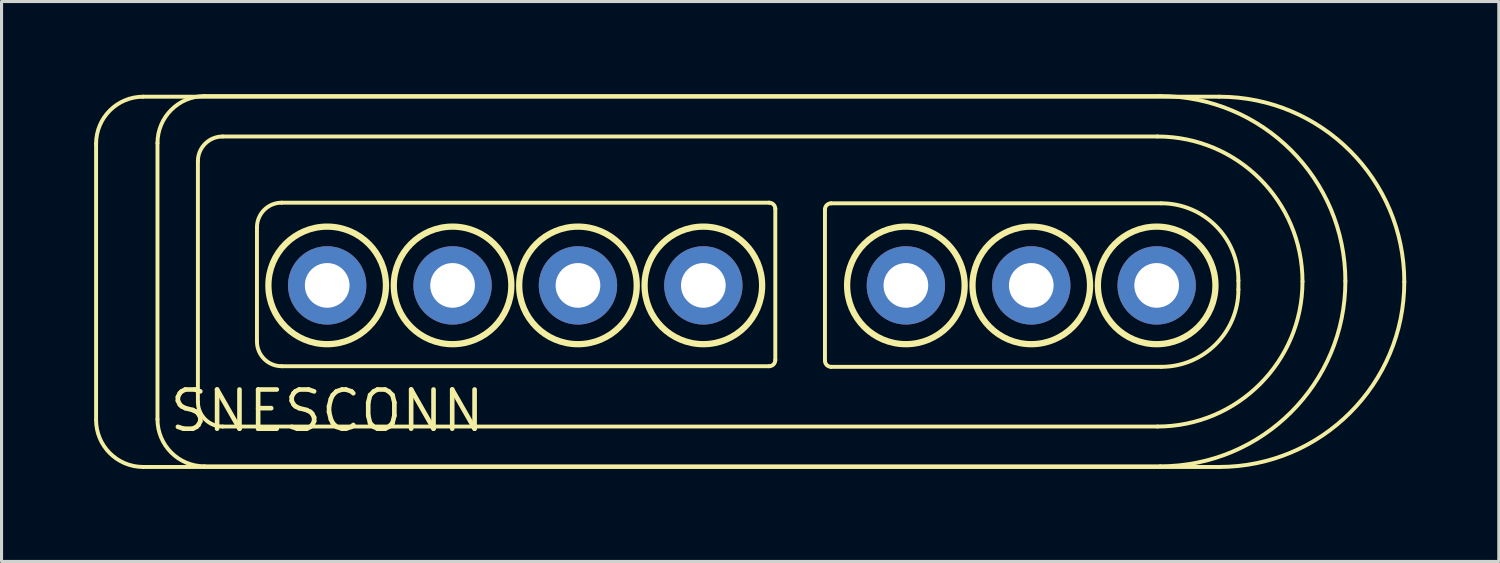
<source format=kicad_pcb>
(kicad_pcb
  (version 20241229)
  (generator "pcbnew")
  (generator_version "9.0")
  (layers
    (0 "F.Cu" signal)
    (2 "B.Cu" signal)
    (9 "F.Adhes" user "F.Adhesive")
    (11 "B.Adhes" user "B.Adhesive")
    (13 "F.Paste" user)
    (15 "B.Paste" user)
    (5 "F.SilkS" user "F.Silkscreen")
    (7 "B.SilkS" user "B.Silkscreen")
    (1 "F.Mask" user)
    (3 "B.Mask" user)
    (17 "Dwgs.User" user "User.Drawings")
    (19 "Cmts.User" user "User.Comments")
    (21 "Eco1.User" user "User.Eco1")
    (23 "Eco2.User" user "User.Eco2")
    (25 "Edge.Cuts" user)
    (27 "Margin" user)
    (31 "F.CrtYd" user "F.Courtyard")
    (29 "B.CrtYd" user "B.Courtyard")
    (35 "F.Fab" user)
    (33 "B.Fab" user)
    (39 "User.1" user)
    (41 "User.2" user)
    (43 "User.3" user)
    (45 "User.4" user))
  (footprint "SNESCONN"
    (layer "F.Cu")
    (at 7.554 10.264)
    (property "Reference" "SNESCONN" (at 0 0 0) (unlocked yes) (layer "F.SilkS") (effects (font (size 1.27 1.27) (thickness 0.15))))
    (fp_line (start -7.49 0.296) (end -7.49 -8.656) (stroke (width 0.127) (type solid)) (layer "F.SilkS"))
    (fp_line (start -5.966 -10.18) (end 28.91 -10.18) (stroke (width 0.127) (type solid)) (layer "F.SilkS"))
    (fp_line (start -5.5 -8.676) (end -5.5 0.276) (stroke (width 0.127) (type solid)) (layer "F.SilkS"))
    (fp_line (start -4.19 -8.09) (end -4.19 -0.29) (stroke (width 0.127) (type solid)) (layer "F.SilkS"))
    (fp_line (start -3.976 -10.2) (end 27 -10.2) (stroke (width 0.127) (type solid)) (layer "F.SilkS"))
    (fp_line (start -3.976 1.8) (end 27 1.8) (stroke (width 0.127) (type solid)) (layer "F.SilkS"))
    (fp_line (start -3.39 -8.89) (end 26.91 -8.89) (stroke (width 0.127) (type solid)) (layer "F.SilkS"))
    (fp_line (start -3.39 0.51) (end 26.91 0.51) (stroke (width 0.127) (type solid)) (layer "F.SilkS"))
    (fp_line (start -2.276 -2.245) (end -2.276 -5.945) (stroke (width 0.127) (type solid)) (layer "F.SilkS"))
    (fp_line (start -1.476 -6.745) (end 14.324 -6.745) (stroke (width 0.127) (type solid)) (layer "F.SilkS"))
    (fp_line (start -1.476 -1.445) (end 14.324 -1.445) (stroke (width 0.127) (type solid)) (layer "F.SilkS"))
    (fp_line (start 14.524 -1.645) (end 14.524 -6.545) (stroke (width 0.127) (type solid)) (layer "F.SilkS"))
    (fp_line (start 16.133 -1.625) (end 16.133 -6.525) (stroke (width 0.127) (type solid)) (layer "F.SilkS"))
    (fp_line (start 16.333 -6.725) (end 27.033 -6.725) (stroke (width 0.127) (type solid)) (layer "F.SilkS"))
    (fp_line (start 16.333 -1.425) (end 27.033 -1.425) (stroke (width 0.127) (type solid)) (layer "F.SilkS"))
    (fp_line (start 28.91 1.82) (end -5.966 1.82) (stroke (width 0.127) (type solid)) (layer "F.SilkS"))
    (fp_line (start 29.533 -3.925) (end 29.533 -4.225) (stroke (width 0.127) (type solid)) (layer "F.SilkS"))
    (fp_arc (start -7.49 -8.656) (mid -7.043631 -9.733631) (end -5.966 -10.18) (stroke (width 0.127) (type solid)) (layer "F.SilkS"))
    (fp_arc (start -5.966 1.82) (mid -7.043631 1.37363) (end -7.490001 0.295999) (stroke (width 0.127) (type solid)) (layer "F.SilkS"))
    (fp_arc (start -5.5 -8.676) (mid -5.053631 -9.753631) (end -3.976 -10.2) (stroke (width 0.127) (type solid)) (layer "F.SilkS"))
    (fp_arc (start -4.19 -8.09) (mid -3.955685 -8.655685) (end -3.39 -8.89) (stroke (width 0.127) (type solid)) (layer "F.SilkS"))
    (fp_arc (start -3.975999 1.799999) (mid -5.05363 1.35363) (end -5.5 0.276) (stroke (width 0.127) (type solid)) (layer "F.SilkS"))
    (fp_arc (start -3.39 0.51) (mid -3.955685 0.275685) (end -4.19 -0.29) (stroke (width 0.127) (type solid)) (layer "F.SilkS"))
    (fp_arc (start -2.276 -5.945) (mid -2.041685 -6.510685) (end -1.476 -6.745) (stroke (width 0.127) (type solid)) (layer "F.SilkS"))
    (fp_arc (start -1.476 -1.445) (mid -2.041685 -1.679315) (end -2.276 -2.245) (stroke (width 0.127) (type solid)) (layer "F.SilkS"))
    (fp_arc (start 14.324 -6.745) (mid 14.465421 -6.686421) (end 14.524 -6.545) (stroke (width 0.127) (type solid)) (layer "F.SilkS"))
    (fp_arc (start 14.524 -1.645) (mid 14.465421 -1.503579) (end 14.324 -1.445) (stroke (width 0.127) (type solid)) (layer "F.SilkS"))
    (fp_arc (start 16.133 -6.525) (mid 16.191579 -6.666421) (end 16.333 -6.725) (stroke (width 0.127) (type solid)) (layer "F.SilkS"))
    (fp_arc (start 16.333 -1.425) (mid 16.191579 -1.483579) (end 16.133 -1.625) (stroke (width 0.127) (type solid)) (layer "F.SilkS"))
    (fp_arc (start 26.91 -8.89) (mid 30.233402 -7.513402) (end 31.61 -4.19) (stroke (width 0.127) (type solid)) (layer "F.SilkS"))
    (fp_arc (start 27 -10.2) (mid 31.242641 -8.442641) (end 33 -4.2) (stroke (width 0.127) (type solid)) (layer "F.SilkS"))
    (fp_arc (start 27.033 -6.725) (mid 28.800767 -5.992767) (end 29.533 -4.225) (stroke (width 0.127) (type solid)) (layer "F.SilkS"))
    (fp_arc (start 28.91 -10.18) (mid 33.152641 -8.42264) (end 34.910001 -4.179999) (stroke (width 0.127) (type solid)) (layer "F.SilkS"))
    (fp_arc (start 29.533 -3.925) (mid 28.800767 -2.157233) (end 27.033 -1.425) (stroke (width 0.127) (type solid)) (layer "F.SilkS"))
    (fp_arc (start 31.61 -4.19) (mid 30.233402 -0.866598) (end 26.91 0.51) (stroke (width 0.127) (type solid)) (layer "F.SilkS"))
    (fp_arc (start 33 -4.2) (mid 31.242641 0.042641) (end 27 1.8) (stroke (width 0.127) (type solid)) (layer "F.SilkS"))
    (fp_arc (start 34.91 -4.18) (mid 33.152641 0.062641) (end 28.91 1.82) (stroke (width 0.127) (type solid)) (layer "F.SilkS"))
    (fp_circle (center 0 -4.064) (end 1.905 -4.064) (stroke (width 0.203) (type solid)) (fill no) (layer "F.SilkS"))
    (fp_circle (center 4.064 -4.064) (end 5.969 -4.064) (stroke (width 0.203) (type solid)) (fill no) (layer "F.SilkS"))
    (fp_circle (center 8.128 -4.064) (end 10.033 -4.064) (stroke (width 0.203) (type solid)) (fill no) (layer "F.SilkS"))
    (fp_circle (center 12.192 -4.064) (end 14.097 -4.064) (stroke (width 0.203) (type solid)) (fill no) (layer "F.SilkS"))
    (fp_circle (center 18.756 -4.064) (end 20.661 -4.064) (stroke (width 0.203) (type solid)) (fill no) (layer "F.SilkS"))
    (fp_circle (center 22.82 -4.064) (end 24.725 -4.064) (stroke (width 0.203) (type solid)) (fill no) (layer "F.SilkS"))
    (fp_circle (center 26.884 -4.064) (end 28.789 -4.064) (stroke (width 0.203) (type solid)) (fill no) (layer "F.SilkS"))
    (pad "5V" thru_hole circle (at 0 -4.064) (size 2.54 2.54) (drill 1.448) (layers "*.Cu" "*.Mask"))
    (pad "CLOCK" thru_hole circle (at 4.064 -4.064) (size 2.54 2.54) (drill 1.448) (layers "*.Cu" "*.Mask"))
    (pad "DATA" thru_hole circle (at 12.192 -4.064) (size 2.54 2.54) (drill 1.448) (layers "*.Cu" "*.Mask"))
    (pad "GND" thru_hole circle (at 26.884 -4.064) (size 2.54 2.54) (drill 1.448) (layers "*.Cu" "*.Mask"))
    (pad "LATCH" thru_hole circle (at 8.128 -4.064) (size 2.54 2.54) (drill 1.448) (layers "*.Cu" "*.Mask"))
    (pad "NC" thru_hole circle (at 18.756 -4.064) (size 2.54 2.54) (drill 1.448) (layers "*.Cu" "*.Mask"))
    (pad "NC." thru_hole circle (at 22.82 -4.064) (size 2.54 2.54) (drill 1.448) (layers "*.Cu" "*.Mask")))
  (gr_rect
    (start -3 -3)
    (end 45.527 15.147)
    (stroke (width 0.1) (type default))
    (fill no)
    (layer "Edge.Cuts")))
</source>
